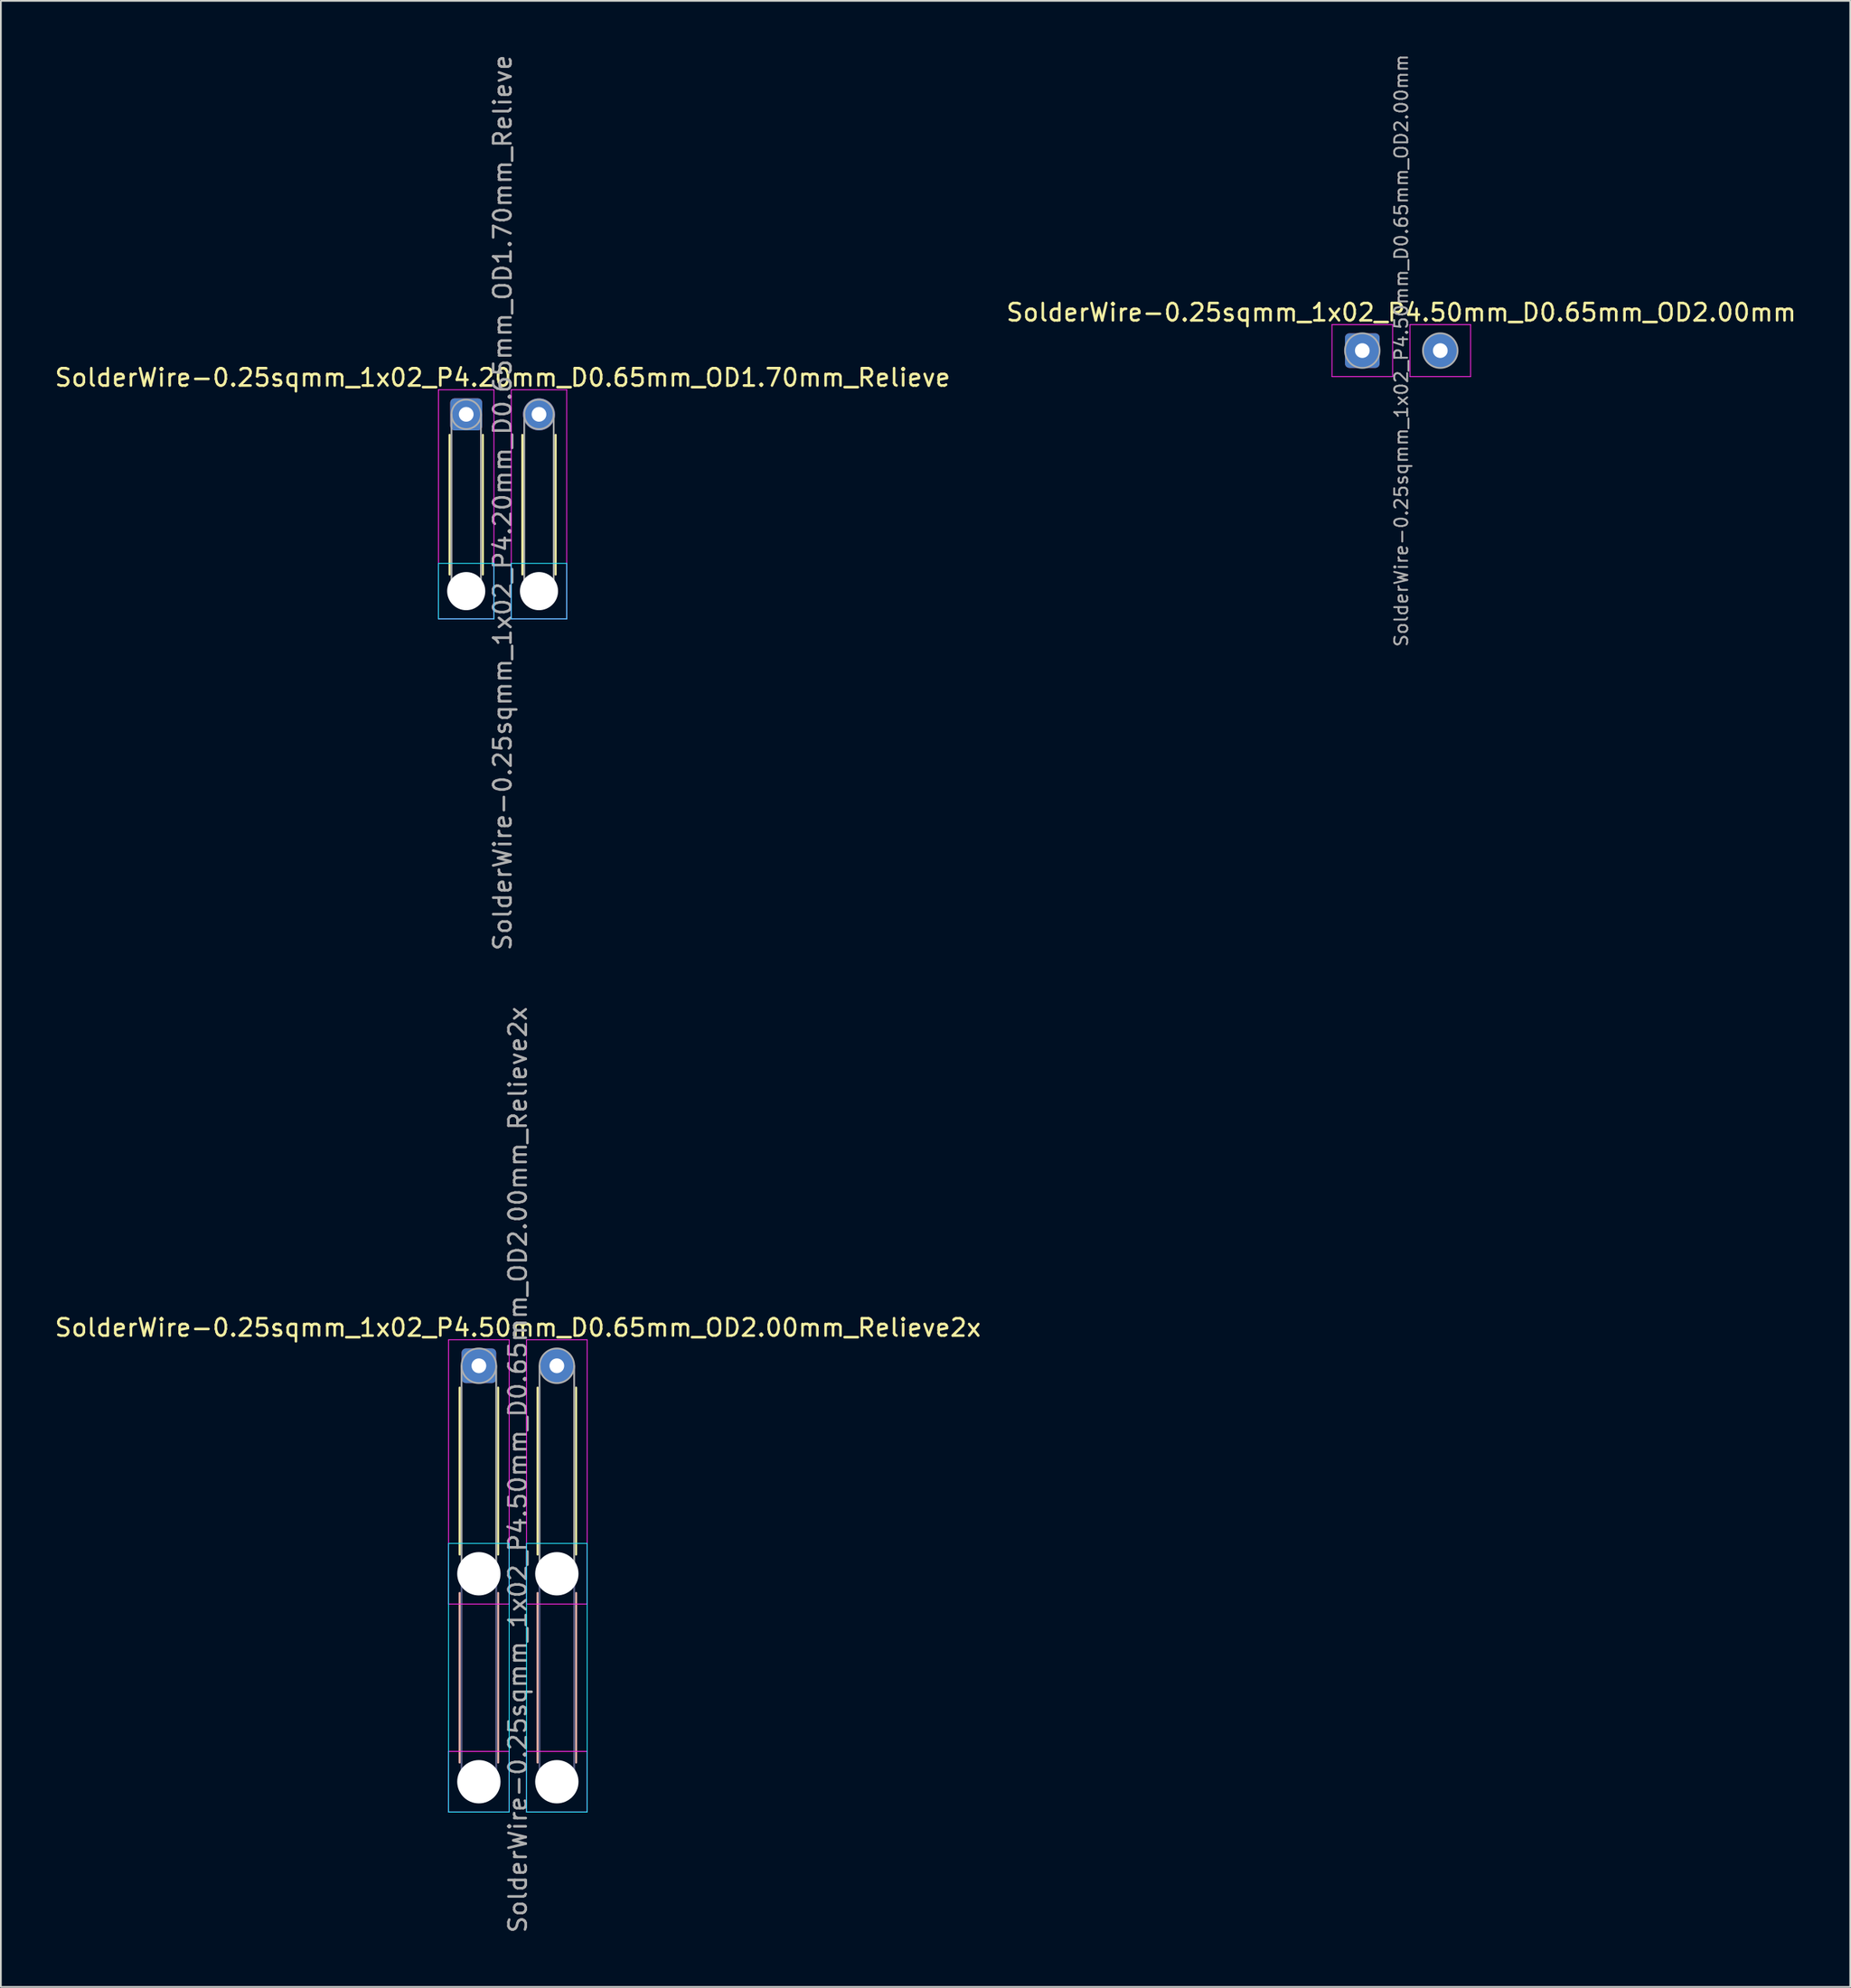
<source format=kicad_pcb>
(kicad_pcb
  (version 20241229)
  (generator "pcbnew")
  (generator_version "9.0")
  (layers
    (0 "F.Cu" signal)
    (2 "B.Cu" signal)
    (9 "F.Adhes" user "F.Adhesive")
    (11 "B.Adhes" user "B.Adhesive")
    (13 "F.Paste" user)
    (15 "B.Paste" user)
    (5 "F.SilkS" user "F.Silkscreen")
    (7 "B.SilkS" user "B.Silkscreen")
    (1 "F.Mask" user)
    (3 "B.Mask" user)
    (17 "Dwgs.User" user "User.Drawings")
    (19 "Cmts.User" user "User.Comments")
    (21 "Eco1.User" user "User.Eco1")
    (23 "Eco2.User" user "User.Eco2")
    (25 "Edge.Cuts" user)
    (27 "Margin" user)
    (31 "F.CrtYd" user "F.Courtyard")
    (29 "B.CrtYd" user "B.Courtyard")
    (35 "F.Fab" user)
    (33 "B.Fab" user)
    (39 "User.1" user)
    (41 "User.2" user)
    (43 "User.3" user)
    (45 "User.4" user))
  (footprint "SolderWire-0.25sqmm_1x02_P4.50mm_D0.65mm_OD2.00mm_Relieve2x"
    (layer "F.Cu")
    (at 24.589 75.756)
    (property "Reference" "SolderWire-0.25sqmm_1x02_P4.50mm_D0.65mm_OD2.00mm_Relieve2x" (at 2.25 -2.2 0) (layer "F.SilkS") (effects (font (size 1 1) (thickness 0.15))))
    (attr exclude_from_pos_files exclude_from_bom)
    (fp_line (start -1.11 1.26) (end -1.11 10.89) (stroke (width 0.12) (type solid)) (layer "F.SilkS"))
    (fp_line (start 1.11 1.26) (end 1.11 10.89) (stroke (width 0.12) (type solid)) (layer "F.SilkS"))
    (fp_line (start 3.39 1.26) (end 3.39 10.89) (stroke (width 0.12) (type solid)) (layer "F.SilkS"))
    (fp_line (start 5.61 1.26) (end 5.61 10.89) (stroke (width 0.12) (type solid)) (layer "F.SilkS"))
    (fp_line (start -1.11 13.11) (end -1.11 22.89) (stroke (width 0.12) (type solid)) (layer "B.SilkS"))
    (fp_line (start 1.11 13.11) (end 1.11 22.89) (stroke (width 0.12) (type solid)) (layer "B.SilkS"))
    (fp_line (start 3.39 13.11) (end 3.39 22.89) (stroke (width 0.12) (type solid)) (layer "B.SilkS"))
    (fp_line (start 5.61 13.11) (end 5.61 22.89) (stroke (width 0.12) (type solid)) (layer "B.SilkS"))
    (fp_line (start -1.75 10.25) (end -1.75 25.75) (stroke (width 0.05) (type solid)) (layer "B.CrtYd"))
    (fp_line (start -1.75 25.75) (end 1.75 25.75) (stroke (width 0.05) (type solid)) (layer "B.CrtYd"))
    (fp_line (start 1.75 10.25) (end -1.75 10.25) (stroke (width 0.05) (type solid)) (layer "B.CrtYd"))
    (fp_line (start 1.75 25.75) (end 1.75 10.25) (stroke (width 0.05) (type solid)) (layer "B.CrtYd"))
    (fp_line (start 2.75 10.25) (end 2.75 25.75) (stroke (width 0.05) (type solid)) (layer "B.CrtYd"))
    (fp_line (start 2.75 25.75) (end 6.25 25.75) (stroke (width 0.05) (type solid)) (layer "B.CrtYd"))
    (fp_line (start 6.25 10.25) (end 2.75 10.25) (stroke (width 0.05) (type solid)) (layer "B.CrtYd"))
    (fp_line (start 6.25 25.75) (end 6.25 10.25) (stroke (width 0.05) (type solid)) (layer "B.CrtYd"))
    (fp_line (start -1.75 -1.5) (end -1.75 13.75) (stroke (width 0.05) (type solid)) (layer "F.CrtYd"))
    (fp_line (start -1.75 13.75) (end 1.75 13.75) (stroke (width 0.05) (type solid)) (layer "F.CrtYd"))
    (fp_line (start -1.75 22.25) (end -1.75 25.75) (stroke (width 0.05) (type solid)) (layer "F.CrtYd"))
    (fp_line (start -1.75 25.75) (end 1.75 25.75) (stroke (width 0.05) (type solid)) (layer "F.CrtYd"))
    (fp_line (start 1.75 -1.5) (end -1.75 -1.5) (stroke (width 0.05) (type solid)) (layer "F.CrtYd"))
    (fp_line (start 1.75 13.75) (end 1.75 -1.5) (stroke (width 0.05) (type solid)) (layer "F.CrtYd"))
    (fp_line (start 1.75 22.25) (end -1.75 22.25) (stroke (width 0.05) (type solid)) (layer "F.CrtYd"))
    (fp_line (start 1.75 25.75) (end 1.75 22.25) (stroke (width 0.05) (type solid)) (layer "F.CrtYd"))
    (fp_line (start 2.75 -1.5) (end 2.75 13.75) (stroke (width 0.05) (type solid)) (layer "F.CrtYd"))
    (fp_line (start 2.75 13.75) (end 6.25 13.75) (stroke (width 0.05) (type solid)) (layer "F.CrtYd"))
    (fp_line (start 2.75 22.25) (end 2.75 25.75) (stroke (width 0.05) (type solid)) (layer "F.CrtYd"))
    (fp_line (start 2.75 25.75) (end 6.25 25.75) (stroke (width 0.05) (type solid)) (layer "F.CrtYd"))
    (fp_line (start 6.25 -1.5) (end 2.75 -1.5) (stroke (width 0.05) (type solid)) (layer "F.CrtYd"))
    (fp_line (start 6.25 13.75) (end 6.25 -1.5) (stroke (width 0.05) (type solid)) (layer "F.CrtYd"))
    (fp_line (start 6.25 22.25) (end 2.75 22.25) (stroke (width 0.05) (type solid)) (layer "F.CrtYd"))
    (fp_line (start 6.25 25.75) (end 6.25 22.25) (stroke (width 0.05) (type solid)) (layer "F.CrtYd"))
    (fp_line (start -1 12) (end -1 24) (stroke (width 0.1) (type solid)) (layer "B.Fab"))
    (fp_line (start 1 12) (end 1 24) (stroke (width 0.1) (type solid)) (layer "B.Fab"))
    (fp_line (start 3.5 12) (end 3.5 24) (stroke (width 0.1) (type solid)) (layer "B.Fab"))
    (fp_line (start 5.5 12) (end 5.5 24) (stroke (width 0.1) (type solid)) (layer "B.Fab"))
    (fp_circle (center 0 12) (end 1 12) (stroke (width 0.1) (type solid)) (fill no) (layer "B.Fab"))
    (fp_circle (center 0 24) (end 1 24) (stroke (width 0.1) (type solid)) (fill no) (layer "B.Fab"))
    (fp_circle (center 4.5 12) (end 5.5 12) (stroke (width 0.1) (type solid)) (fill no) (layer "B.Fab"))
    (fp_circle (center 4.5 24) (end 5.5 24) (stroke (width 0.1) (type solid)) (fill no) (layer "B.Fab"))
    (fp_line (start -1 0) (end -1 12) (stroke (width 0.1) (type solid)) (layer "F.Fab"))
    (fp_line (start 1 0) (end 1 12) (stroke (width 0.1) (type solid)) (layer "F.Fab"))
    (fp_line (start 3.5 0) (end 3.5 12) (stroke (width 0.1) (type solid)) (layer "F.Fab"))
    (fp_line (start 5.5 0) (end 5.5 12) (stroke (width 0.1) (type solid)) (layer "F.Fab"))
    (fp_circle (center 0 0) (end 1 0) (stroke (width 0.1) (type solid)) (fill no) (layer "F.Fab"))
    (fp_circle (center 0 12) (end 1 12) (stroke (width 0.1) (type solid)) (fill no) (layer "F.Fab"))
    (fp_circle (center 0 24) (end 1 24) (stroke (width 0.1) (type solid)) (fill no) (layer "F.Fab"))
    (fp_circle (center 4.5 0) (end 5.5 0) (stroke (width 0.1) (type solid)) (fill no) (layer "F.Fab"))
    (fp_circle (center 4.5 12) (end 5.5 12) (stroke (width 0.1) (type solid)) (fill no) (layer "F.Fab"))
    (fp_circle (center 4.5 24) (end 5.5 24) (stroke (width 0.1) (type solid)) (fill no) (layer "F.Fab"))
    (fp_text user "${REFERENCE}" (at 2.25 6 90) (layer "F.Fab") (effects (font (size 1 1) (thickness 0.15))))
    (pad "" np_thru_hole circle (at 0 12) (size 2.5 2.5) (drill 2.5) (layers "*.Cu" "*.Mask"))
    (pad "" np_thru_hole circle (at 0 24) (size 2.5 2.5) (drill 2.5) (layers "*.Cu" "*.Mask"))
    (pad "" np_thru_hole circle (at 4.5 12) (size 2.5 2.5) (drill 2.5) (layers "*.Cu" "*.Mask"))
    (pad "" np_thru_hole circle (at 4.5 24) (size 2.5 2.5) (drill 2.5) (layers "*.Cu" "*.Mask"))
    (pad "1" thru_hole roundrect (at 0 0) (size 2 2) (drill 0.85) (layers "*.Cu" "*.Mask") (roundrect_rratio 0.125))
    (pad "2" thru_hole circle (at 4.5 0) (size 2 2) (drill 0.85) (layers "*.Cu" "*.Mask")))
  (footprint "SolderWire-0.25sqmm_1x02_P4.50mm_D0.65mm_OD2.00mm"
    (layer "F.Cu")
    (at 75.577 17.179)
    (property "Reference" "SolderWire-0.25sqmm_1x02_P4.50mm_D0.65mm_OD2.00mm" (at 2.25 -2.2 0) (layer "F.SilkS") (effects (font (size 1 1) (thickness 0.15))))
    (attr exclude_from_pos_files exclude_from_bom)
    (fp_line (start -1.75 -1.5) (end -1.75 1.5) (stroke (width 0.05) (type solid)) (layer "F.CrtYd"))
    (fp_line (start -1.75 1.5) (end 1.75 1.5) (stroke (width 0.05) (type solid)) (layer "F.CrtYd"))
    (fp_line (start 1.75 -1.5) (end -1.75 -1.5) (stroke (width 0.05) (type solid)) (layer "F.CrtYd"))
    (fp_line (start 1.75 1.5) (end 1.75 -1.5) (stroke (width 0.05) (type solid)) (layer "F.CrtYd"))
    (fp_line (start 2.75 -1.5) (end 2.75 1.5) (stroke (width 0.05) (type solid)) (layer "F.CrtYd"))
    (fp_line (start 2.75 1.5) (end 6.25 1.5) (stroke (width 0.05) (type solid)) (layer "F.CrtYd"))
    (fp_line (start 6.25 -1.5) (end 2.75 -1.5) (stroke (width 0.05) (type solid)) (layer "F.CrtYd"))
    (fp_line (start 6.25 1.5) (end 6.25 -1.5) (stroke (width 0.05) (type solid)) (layer "F.CrtYd"))
    (fp_circle (center 0 0) (end 1 0) (stroke (width 0.1) (type solid)) (fill no) (layer "F.Fab"))
    (fp_circle (center 4.5 0) (end 5.5 0) (stroke (width 0.1) (type solid)) (fill no) (layer "F.Fab"))
    (fp_text user "${REFERENCE}" (at 2.25 0 90) (layer "F.Fab") (effects (font (size 0.75 0.75) (thickness 0.11))))
    (pad "1" thru_hole roundrect (at 0 0) (size 2 2) (drill 0.85) (layers "*.Cu" "*.Mask") (roundrect_rratio 0.125))
    (pad "2" thru_hole circle (at 4.5 0) (size 2 2) (drill 0.85) (layers "*.Cu" "*.Mask")))
  (footprint "SolderWire-0.25sqmm_1x02_P4.20mm_D0.65mm_OD1.70mm_Relieve"
    (layer "F.Cu")
    (at 23.858 20.858)
    (property "Reference" "SolderWire-0.25sqmm_1x02_P4.20mm_D0.65mm_OD1.70mm_Relieve" (at 2.1 -2.12 0) (layer "F.SilkS") (effects (font (size 1 1) (thickness 0.15))))
    (attr exclude_from_pos_files exclude_from_bom)
    (fp_line (start -0.96 1.185) (end -0.96 9.24) (stroke (width 0.12) (type solid)) (layer "F.SilkS"))
    (fp_line (start 0.96 1.185) (end 0.96 9.24) (stroke (width 0.12) (type solid)) (layer "F.SilkS"))
    (fp_line (start 3.24 1.185) (end 3.24 9.24) (stroke (width 0.12) (type solid)) (layer "F.SilkS"))
    (fp_line (start 5.16 1.185) (end 5.16 9.24) (stroke (width 0.12) (type solid)) (layer "F.SilkS"))
    (fp_line (start -1.6 8.6) (end -1.6 11.8) (stroke (width 0.05) (type solid)) (layer "B.CrtYd"))
    (fp_line (start -1.6 11.8) (end 1.6 11.8) (stroke (width 0.05) (type solid)) (layer "B.CrtYd"))
    (fp_line (start 1.6 8.6) (end -1.6 8.6) (stroke (width 0.05) (type solid)) (layer "B.CrtYd"))
    (fp_line (start 1.6 11.8) (end 1.6 8.6) (stroke (width 0.05) (type solid)) (layer "B.CrtYd"))
    (fp_line (start 2.6 8.6) (end 2.6 11.8) (stroke (width 0.05) (type solid)) (layer "B.CrtYd"))
    (fp_line (start 2.6 11.8) (end 5.8 11.8) (stroke (width 0.05) (type solid)) (layer "B.CrtYd"))
    (fp_line (start 5.8 8.6) (end 2.6 8.6) (stroke (width 0.05) (type solid)) (layer "B.CrtYd"))
    (fp_line (start 5.8 11.8) (end 5.8 8.6) (stroke (width 0.05) (type solid)) (layer "B.CrtYd"))
    (fp_line (start -1.6 -1.42) (end -1.6 11.8) (stroke (width 0.05) (type solid)) (layer "F.CrtYd"))
    (fp_line (start -1.6 11.8) (end 1.6 11.8) (stroke (width 0.05) (type solid)) (layer "F.CrtYd"))
    (fp_line (start 1.6 -1.42) (end -1.6 -1.42) (stroke (width 0.05) (type solid)) (layer "F.CrtYd"))
    (fp_line (start 1.6 11.8) (end 1.6 -1.42) (stroke (width 0.05) (type solid)) (layer "F.CrtYd"))
    (fp_line (start 2.6 -1.42) (end 2.6 11.8) (stroke (width 0.05) (type solid)) (layer "F.CrtYd"))
    (fp_line (start 2.6 11.8) (end 5.8 11.8) (stroke (width 0.05) (type solid)) (layer "F.CrtYd"))
    (fp_line (start 5.8 -1.42) (end 2.6 -1.42) (stroke (width 0.05) (type solid)) (layer "F.CrtYd"))
    (fp_line (start 5.8 11.8) (end 5.8 -1.42) (stroke (width 0.05) (type solid)) (layer "F.CrtYd"))
    (fp_line (start -0.85 0) (end -0.85 10.2) (stroke (width 0.1) (type solid)) (layer "F.Fab"))
    (fp_line (start 0.85 0) (end 0.85 10.2) (stroke (width 0.1) (type solid)) (layer "F.Fab"))
    (fp_line (start 3.35 0) (end 3.35 10.2) (stroke (width 0.1) (type solid)) (layer "F.Fab"))
    (fp_line (start 5.05 0) (end 5.05 10.2) (stroke (width 0.1) (type solid)) (layer "F.Fab"))
    (fp_circle (center 0 0) (end 0.85 0) (stroke (width 0.1) (type solid)) (fill no) (layer "F.Fab"))
    (fp_circle (center 0 10.2) (end 0.85 10.2) (stroke (width 0.1) (type solid)) (fill no) (layer "F.Fab"))
    (fp_circle (center 4.2 0) (end 5.05 0) (stroke (width 0.1) (type solid)) (fill no) (layer "F.Fab"))
    (fp_circle (center 4.2 10.2) (end 5.05 10.2) (stroke (width 0.1) (type solid)) (fill no) (layer "F.Fab"))
    (fp_text user "${REFERENCE}" (at 2.1 5.1 90) (layer "F.Fab") (effects (font (size 1 1) (thickness 0.15))))
    (pad "" np_thru_hole circle (at 0 10.2) (size 2.2 2.2) (drill 2.2) (layers "*.Cu" "*.Mask"))
    (pad "" np_thru_hole circle (at 4.2 10.2) (size 2.2 2.2) (drill 2.2) (layers "*.Cu" "*.Mask"))
    (pad "1" thru_hole roundrect (at 0 0) (size 1.85 1.85) (drill 0.85) (layers "*.Cu" "*.Mask") (roundrect_rratio 0.135))
    (pad "2" thru_hole circle (at 4.2 0) (size 1.85 1.85) (drill 0.85) (layers "*.Cu" "*.Mask")))
  (gr_rect
    (start -3 -3)
    (end 103.738 111.595)
    (stroke (width 0.1) (type default))
    (fill no)
    (layer "Edge.Cuts")))
</source>
